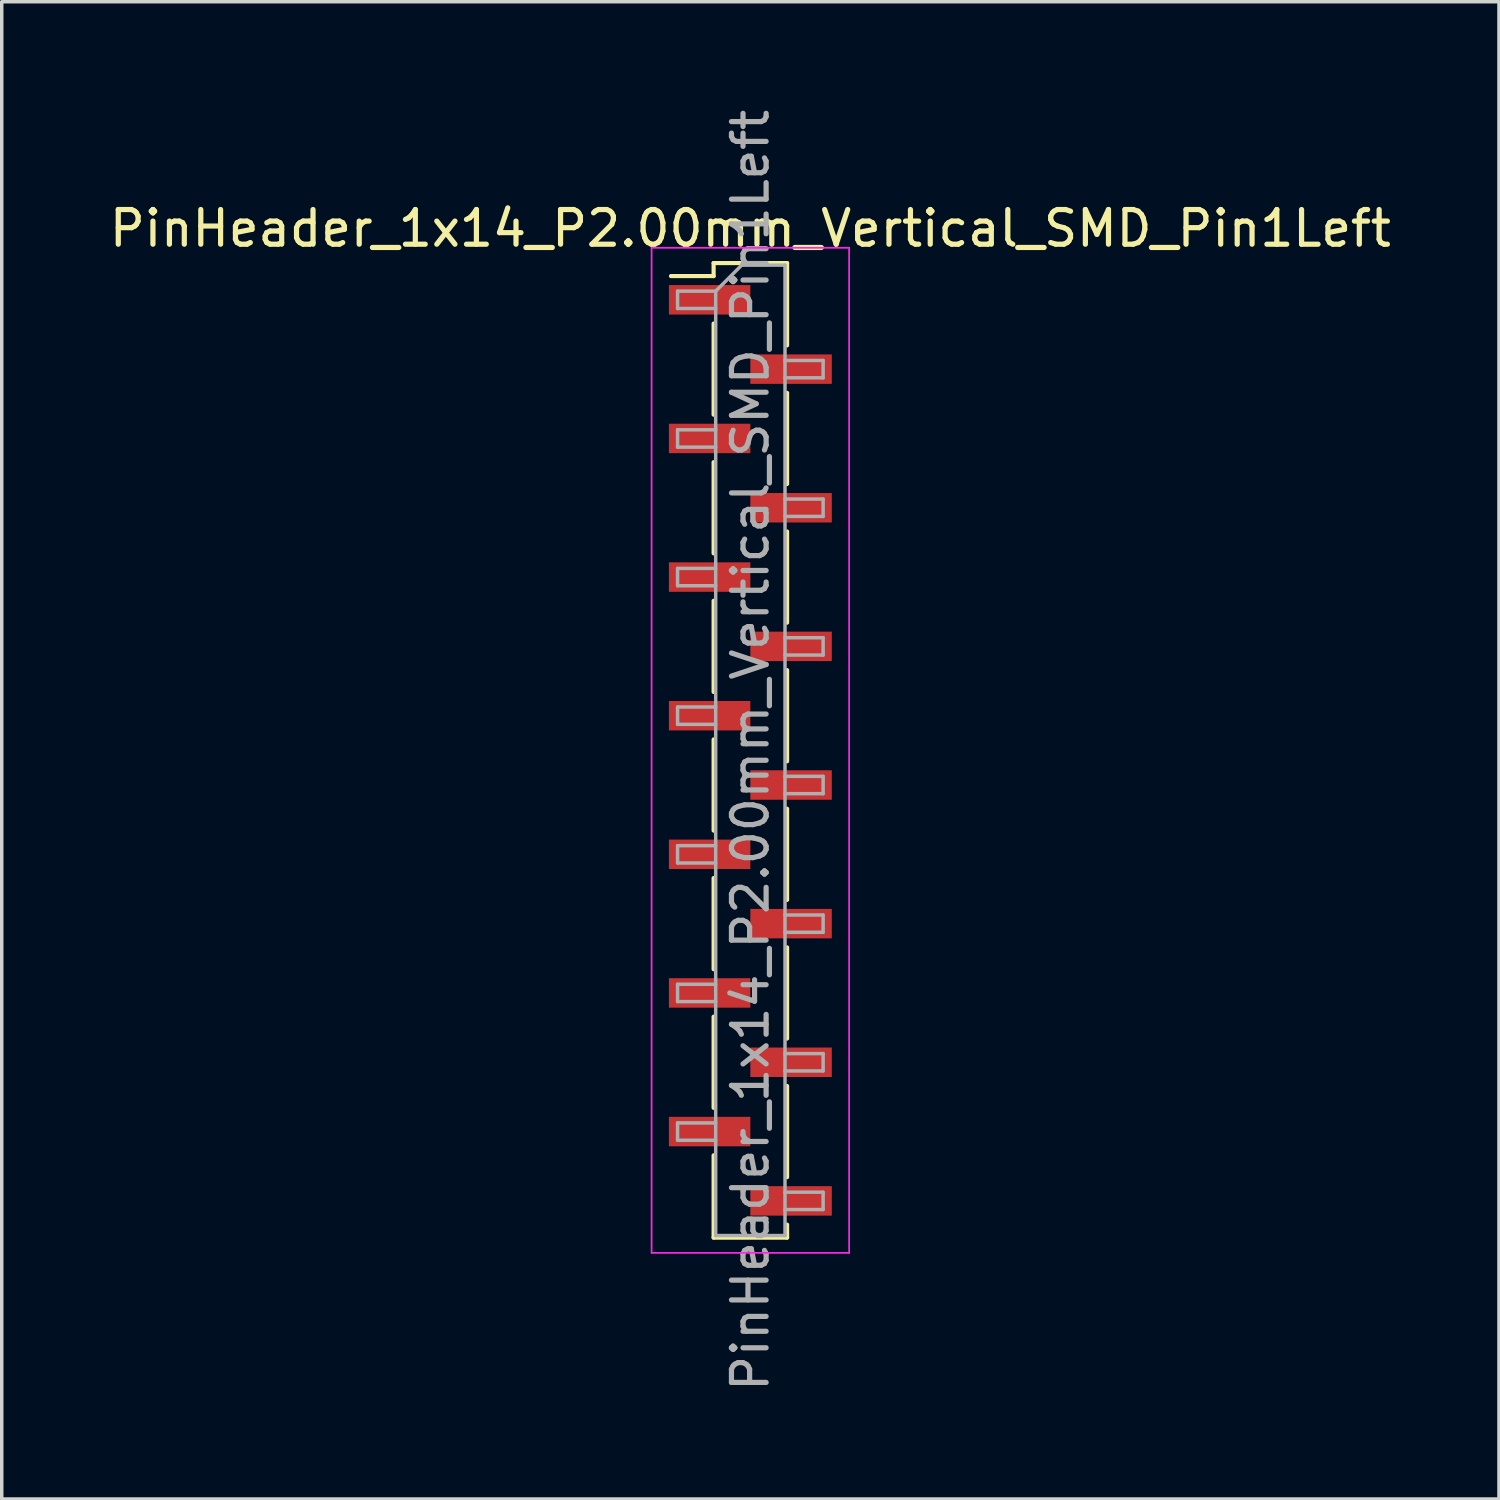
<source format=kicad_pcb>
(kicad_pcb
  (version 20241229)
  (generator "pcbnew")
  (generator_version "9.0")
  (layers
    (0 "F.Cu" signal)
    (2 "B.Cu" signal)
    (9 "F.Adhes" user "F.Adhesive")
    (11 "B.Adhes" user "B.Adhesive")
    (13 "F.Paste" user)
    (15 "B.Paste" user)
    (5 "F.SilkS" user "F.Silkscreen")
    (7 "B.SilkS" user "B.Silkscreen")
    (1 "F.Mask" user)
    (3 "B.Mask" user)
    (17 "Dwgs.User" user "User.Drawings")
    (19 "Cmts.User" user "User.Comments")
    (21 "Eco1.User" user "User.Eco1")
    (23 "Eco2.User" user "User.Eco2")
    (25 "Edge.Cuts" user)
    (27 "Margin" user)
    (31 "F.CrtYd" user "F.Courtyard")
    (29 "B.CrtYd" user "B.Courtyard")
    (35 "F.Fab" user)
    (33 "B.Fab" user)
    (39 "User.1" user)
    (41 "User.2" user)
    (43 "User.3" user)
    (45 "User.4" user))
  (footprint "PinHeader_1x14_P2.00mm_Vertical_SMD_Pin1Left"
    (layer "F.Cu")
    (at 18.601 18.601)
    (property "Reference" "PinHeader_1x14_P2.00mm_Vertical_SMD_Pin1Left" (at 0 -15.06 0) (layer "F.SilkS") (effects (font (size 1 1) (thickness 0.15))))
    (attr smd)
    (fp_line (start -1.06 -14.06) (end -1.06 -13.685) (stroke (width 0.12) (type solid)) (layer "F.SilkS"))
    (fp_line (start -1.06 -14.06) (end 1.06 -14.06) (stroke (width 0.12) (type solid)) (layer "F.SilkS"))
    (fp_line (start -1.06 -13.685) (end -2.29 -13.685) (stroke (width 0.12) (type solid)) (layer "F.SilkS"))
    (fp_line (start -1.06 -12.315) (end -1.06 -9.685) (stroke (width 0.12) (type solid)) (layer "F.SilkS"))
    (fp_line (start -1.06 -8.315) (end -1.06 -5.685) (stroke (width 0.12) (type solid)) (layer "F.SilkS"))
    (fp_line (start -1.06 -4.315) (end -1.06 -1.685) (stroke (width 0.12) (type solid)) (layer "F.SilkS"))
    (fp_line (start -1.06 -0.315) (end -1.06 2.315) (stroke (width 0.12) (type solid)) (layer "F.SilkS"))
    (fp_line (start -1.06 3.685) (end -1.06 6.315) (stroke (width 0.12) (type solid)) (layer "F.SilkS"))
    (fp_line (start -1.06 7.685) (end -1.06 10.315) (stroke (width 0.12) (type solid)) (layer "F.SilkS"))
    (fp_line (start -1.06 11.685) (end -1.06 14.06) (stroke (width 0.12) (type solid)) (layer "F.SilkS"))
    (fp_line (start -1.06 14.06) (end 1.06 14.06) (stroke (width 0.12) (type solid)) (layer "F.SilkS"))
    (fp_line (start 1.06 -14.06) (end 1.06 -11.685) (stroke (width 0.12) (type solid)) (layer "F.SilkS"))
    (fp_line (start 1.06 -10.315) (end 1.06 -7.685) (stroke (width 0.12) (type solid)) (layer "F.SilkS"))
    (fp_line (start 1.06 -6.315) (end 1.06 -3.685) (stroke (width 0.12) (type solid)) (layer "F.SilkS"))
    (fp_line (start 1.06 -2.315) (end 1.06 0.315) (stroke (width 0.12) (type solid)) (layer "F.SilkS"))
    (fp_line (start 1.06 1.685) (end 1.06 4.315) (stroke (width 0.12) (type solid)) (layer "F.SilkS"))
    (fp_line (start 1.06 5.685) (end 1.06 8.315) (stroke (width 0.12) (type solid)) (layer "F.SilkS"))
    (fp_line (start 1.06 9.685) (end 1.06 12.315) (stroke (width 0.12) (type solid)) (layer "F.SilkS"))
    (fp_line (start 1.06 13.685) (end 1.06 14.06) (stroke (width 0.12) (type solid)) (layer "F.SilkS"))
    (fp_line (start -2.85 -14.5) (end -2.85 14.5) (stroke (width 0.05) (type solid)) (layer "F.CrtYd"))
    (fp_line (start -2.85 14.5) (end 2.85 14.5) (stroke (width 0.05) (type solid)) (layer "F.CrtYd"))
    (fp_line (start 2.85 -14.5) (end -2.85 -14.5) (stroke (width 0.05) (type solid)) (layer "F.CrtYd"))
    (fp_line (start 2.85 14.5) (end 2.85 -14.5) (stroke (width 0.05) (type solid)) (layer "F.CrtYd"))
    (fp_line (start -2.1 -13.25) (end -2.1 -12.75) (stroke (width 0.1) (type solid)) (layer "F.Fab"))
    (fp_line (start -2.1 -12.75) (end -1 -12.75) (stroke (width 0.1) (type solid)) (layer "F.Fab"))
    (fp_line (start -2.1 -9.25) (end -2.1 -8.75) (stroke (width 0.1) (type solid)) (layer "F.Fab"))
    (fp_line (start -2.1 -8.75) (end -1 -8.75) (stroke (width 0.1) (type solid)) (layer "F.Fab"))
    (fp_line (start -2.1 -5.25) (end -2.1 -4.75) (stroke (width 0.1) (type solid)) (layer "F.Fab"))
    (fp_line (start -2.1 -4.75) (end -1 -4.75) (stroke (width 0.1) (type solid)) (layer "F.Fab"))
    (fp_line (start -2.1 -1.25) (end -2.1 -0.75) (stroke (width 0.1) (type solid)) (layer "F.Fab"))
    (fp_line (start -2.1 -0.75) (end -1 -0.75) (stroke (width 0.1) (type solid)) (layer "F.Fab"))
    (fp_line (start -2.1 2.75) (end -2.1 3.25) (stroke (width 0.1) (type solid)) (layer "F.Fab"))
    (fp_line (start -2.1 3.25) (end -1 3.25) (stroke (width 0.1) (type solid)) (layer "F.Fab"))
    (fp_line (start -2.1 6.75) (end -2.1 7.25) (stroke (width 0.1) (type solid)) (layer "F.Fab"))
    (fp_line (start -2.1 7.25) (end -1 7.25) (stroke (width 0.1) (type solid)) (layer "F.Fab"))
    (fp_line (start -2.1 10.75) (end -2.1 11.25) (stroke (width 0.1) (type solid)) (layer "F.Fab"))
    (fp_line (start -2.1 11.25) (end -1 11.25) (stroke (width 0.1) (type solid)) (layer "F.Fab"))
    (fp_line (start -1 -13.25) (end -2.1 -13.25) (stroke (width 0.1) (type solid)) (layer "F.Fab"))
    (fp_line (start -1 -13.25) (end -0.25 -14) (stroke (width 0.1) (type solid)) (layer "F.Fab"))
    (fp_line (start -1 -9.25) (end -2.1 -9.25) (stroke (width 0.1) (type solid)) (layer "F.Fab"))
    (fp_line (start -1 -5.25) (end -2.1 -5.25) (stroke (width 0.1) (type solid)) (layer "F.Fab"))
    (fp_line (start -1 -1.25) (end -2.1 -1.25) (stroke (width 0.1) (type solid)) (layer "F.Fab"))
    (fp_line (start -1 2.75) (end -2.1 2.75) (stroke (width 0.1) (type solid)) (layer "F.Fab"))
    (fp_line (start -1 6.75) (end -2.1 6.75) (stroke (width 0.1) (type solid)) (layer "F.Fab"))
    (fp_line (start -1 10.75) (end -2.1 10.75) (stroke (width 0.1) (type solid)) (layer "F.Fab"))
    (fp_line (start -1 14) (end -1 -13.25) (stroke (width 0.1) (type solid)) (layer "F.Fab"))
    (fp_line (start -0.25 -14) (end 1 -14) (stroke (width 0.1) (type solid)) (layer "F.Fab"))
    (fp_line (start 1 -14) (end 1 14) (stroke (width 0.1) (type solid)) (layer "F.Fab"))
    (fp_line (start 1 -11.25) (end 2.1 -11.25) (stroke (width 0.1) (type solid)) (layer "F.Fab"))
    (fp_line (start 1 -7.25) (end 2.1 -7.25) (stroke (width 0.1) (type solid)) (layer "F.Fab"))
    (fp_line (start 1 -3.25) (end 2.1 -3.25) (stroke (width 0.1) (type solid)) (layer "F.Fab"))
    (fp_line (start 1 0.75) (end 2.1 0.75) (stroke (width 0.1) (type solid)) (layer "F.Fab"))
    (fp_line (start 1 4.75) (end 2.1 4.75) (stroke (width 0.1) (type solid)) (layer "F.Fab"))
    (fp_line (start 1 8.75) (end 2.1 8.75) (stroke (width 0.1) (type solid)) (layer "F.Fab"))
    (fp_line (start 1 12.75) (end 2.1 12.75) (stroke (width 0.1) (type solid)) (layer "F.Fab"))
    (fp_line (start 1 14) (end -1 14) (stroke (width 0.1) (type solid)) (layer "F.Fab"))
    (fp_line (start 2.1 -11.25) (end 2.1 -10.75) (stroke (width 0.1) (type solid)) (layer "F.Fab"))
    (fp_line (start 2.1 -10.75) (end 1 -10.75) (stroke (width 0.1) (type solid)) (layer "F.Fab"))
    (fp_line (start 2.1 -7.25) (end 2.1 -6.75) (stroke (width 0.1) (type solid)) (layer "F.Fab"))
    (fp_line (start 2.1 -6.75) (end 1 -6.75) (stroke (width 0.1) (type solid)) (layer "F.Fab"))
    (fp_line (start 2.1 -3.25) (end 2.1 -2.75) (stroke (width 0.1) (type solid)) (layer "F.Fab"))
    (fp_line (start 2.1 -2.75) (end 1 -2.75) (stroke (width 0.1) (type solid)) (layer "F.Fab"))
    (fp_line (start 2.1 0.75) (end 2.1 1.25) (stroke (width 0.1) (type solid)) (layer "F.Fab"))
    (fp_line (start 2.1 1.25) (end 1 1.25) (stroke (width 0.1) (type solid)) (layer "F.Fab"))
    (fp_line (start 2.1 4.75) (end 2.1 5.25) (stroke (width 0.1) (type solid)) (layer "F.Fab"))
    (fp_line (start 2.1 5.25) (end 1 5.25) (stroke (width 0.1) (type solid)) (layer "F.Fab"))
    (fp_line (start 2.1 8.75) (end 2.1 9.25) (stroke (width 0.1) (type solid)) (layer "F.Fab"))
    (fp_line (start 2.1 9.25) (end 1 9.25) (stroke (width 0.1) (type solid)) (layer "F.Fab"))
    (fp_line (start 2.1 12.75) (end 2.1 13.25) (stroke (width 0.1) (type solid)) (layer "F.Fab"))
    (fp_line (start 2.1 13.25) (end 1 13.25) (stroke (width 0.1) (type solid)) (layer "F.Fab"))
    (fp_text user "${REFERENCE}" (at 0 0 90) (layer "F.Fab") (effects (font (size 1 1) (thickness 0.15))))
    (pad "1" smd rect (at -1.175 -13) (size 2.35 0.85) (layers "F.Cu" "F.Mask" "F.Paste"))
    (pad "2" smd rect (at 1.175 -11) (size 2.35 0.85) (layers "F.Cu" "F.Mask" "F.Paste"))
    (pad "3" smd rect (at -1.175 -9) (size 2.35 0.85) (layers "F.Cu" "F.Mask" "F.Paste"))
    (pad "4" smd rect (at 1.175 -7) (size 2.35 0.85) (layers "F.Cu" "F.Mask" "F.Paste"))
    (pad "5" smd rect (at -1.175 -5) (size 2.35 0.85) (layers "F.Cu" "F.Mask" "F.Paste"))
    (pad "6" smd rect (at 1.175 -3) (size 2.35 0.85) (layers "F.Cu" "F.Mask" "F.Paste"))
    (pad "7" smd rect (at -1.175 -1) (size 2.35 0.85) (layers "F.Cu" "F.Mask" "F.Paste"))
    (pad "8" smd rect (at 1.175 1) (size 2.35 0.85) (layers "F.Cu" "F.Mask" "F.Paste"))
    (pad "9" smd rect (at -1.175 3) (size 2.35 0.85) (layers "F.Cu" "F.Mask" "F.Paste"))
    (pad "10" smd rect (at 1.175 5) (size 2.35 0.85) (layers "F.Cu" "F.Mask" "F.Paste"))
    (pad "11" smd rect (at -1.175 7) (size 2.35 0.85) (layers "F.Cu" "F.Mask" "F.Paste"))
    (pad "12" smd rect (at 1.175 9) (size 2.35 0.85) (layers "F.Cu" "F.Mask" "F.Paste"))
    (pad "13" smd rect (at -1.175 11) (size 2.35 0.85) (layers "F.Cu" "F.Mask" "F.Paste"))
    (pad "14" smd rect (at 1.175 13) (size 2.35 0.85) (layers "F.Cu" "F.Mask" "F.Paste")))
  (gr_rect
    (start -3 -3)
    (end 40.202 40.202)
    (stroke (width 0.1) (type default))
    (fill no)
    (layer "Edge.Cuts")))
</source>
